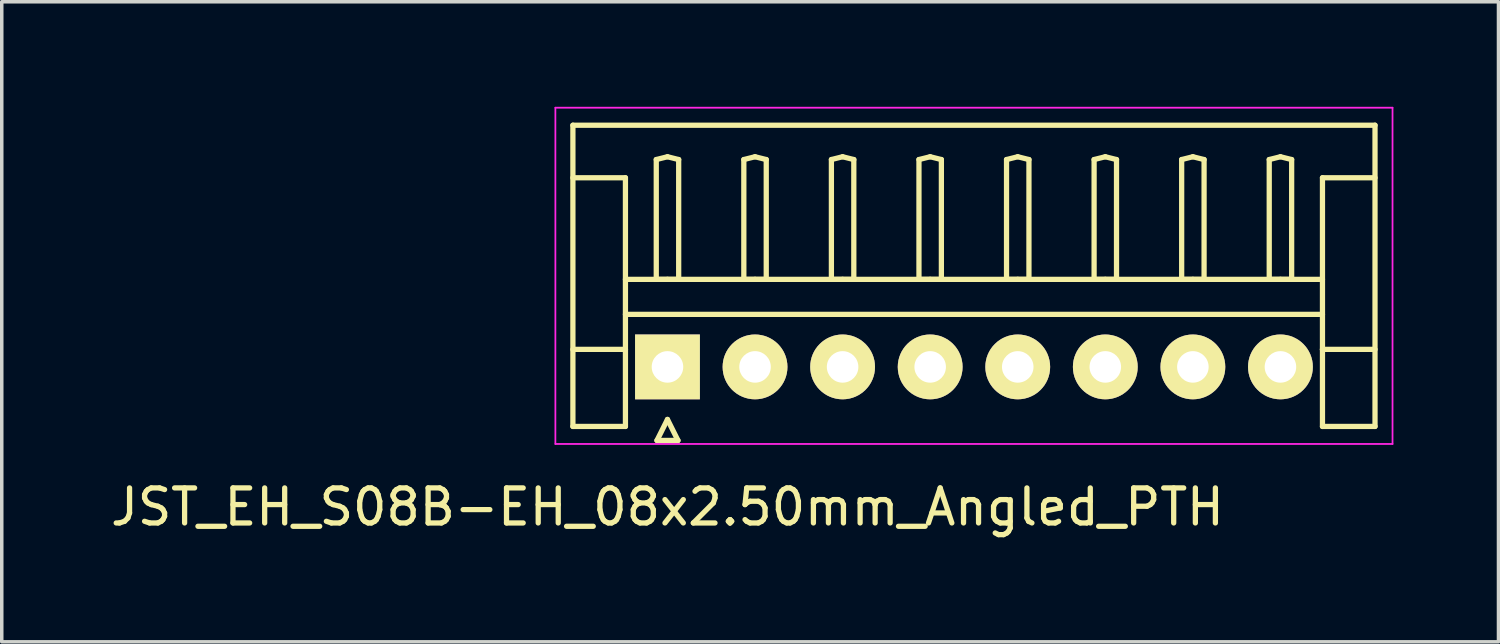
<source format=kicad_pcb>
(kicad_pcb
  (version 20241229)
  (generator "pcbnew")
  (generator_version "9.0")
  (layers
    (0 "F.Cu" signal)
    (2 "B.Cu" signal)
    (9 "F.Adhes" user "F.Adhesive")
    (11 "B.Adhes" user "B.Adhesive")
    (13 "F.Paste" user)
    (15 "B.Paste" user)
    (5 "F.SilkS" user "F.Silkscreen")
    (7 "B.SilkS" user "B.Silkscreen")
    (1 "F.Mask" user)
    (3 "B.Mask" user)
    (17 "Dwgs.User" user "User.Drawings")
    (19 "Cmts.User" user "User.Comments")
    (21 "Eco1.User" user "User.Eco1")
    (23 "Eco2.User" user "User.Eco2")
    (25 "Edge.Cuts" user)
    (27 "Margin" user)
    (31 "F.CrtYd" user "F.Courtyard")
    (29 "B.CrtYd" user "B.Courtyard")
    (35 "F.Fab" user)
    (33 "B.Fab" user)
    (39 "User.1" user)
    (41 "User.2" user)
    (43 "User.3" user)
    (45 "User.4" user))
  (footprint "JST_EH_S08B-EH_08x2.50mm_Angled_PTH"
    (layer "F.Cu")
    (at 16.006 7.425)
    (property "Reference" "JST_EH_S08B-EH_08x2.50mm_Angled_PTH" (at 0 4 0) (layer "F.SilkS") (effects (font (size 1 1) (thickness 0.15))))
    (attr through_hole)
    (fp_line (start -2.7 -6.9) (end 20.2 -6.9) (stroke (width 0.15) (type solid)) (layer "F.SilkS"))
    (fp_line (start -2.7 -5.4) (end -1.2 -5.4) (stroke (width 0.15) (type solid)) (layer "F.SilkS"))
    (fp_line (start -2.7 1.7) (end -2.7 -6.9) (stroke (width 0.15) (type solid)) (layer "F.SilkS"))
    (fp_line (start -1.2 -5.4) (end -1.2 -0.5) (stroke (width 0.15) (type solid)) (layer "F.SilkS"))
    (fp_line (start -1.2 -2.5) (end 18.7 -2.5) (stroke (width 0.15) (type solid)) (layer "F.SilkS"))
    (fp_line (start -1.2 -1.5) (end 18.7 -1.5) (stroke (width 0.15) (type solid)) (layer "F.SilkS"))
    (fp_line (start -1.2 -0.5) (end -2.7 -0.5) (stroke (width 0.15) (type solid)) (layer "F.SilkS"))
    (fp_line (start -1.2 -0.5) (end -1.2 1.7) (stroke (width 0.15) (type solid)) (layer "F.SilkS"))
    (fp_line (start -1.2 1.7) (end -2.7 1.7) (stroke (width 0.15) (type solid)) (layer "F.SilkS"))
    (fp_line (start -0.32 -5.92) (end 0 -6) (stroke (width 0.15) (type solid)) (layer "F.SilkS"))
    (fp_line (start -0.32 -2.5) (end -0.32 -5.92) (stroke (width 0.15) (type solid)) (layer "F.SilkS"))
    (fp_line (start -0.3 2.1) (end 0.3 2.1) (stroke (width 0.15) (type solid)) (layer "F.SilkS"))
    (fp_line (start 0 -6) (end 0.32 -5.92) (stroke (width 0.15) (type solid)) (layer "F.SilkS"))
    (fp_line (start 0 -2.5) (end -0.32 -2.5) (stroke (width 0.15) (type solid)) (layer "F.SilkS"))
    (fp_line (start 0 1.5) (end -0.3 2.1) (stroke (width 0.15) (type solid)) (layer "F.SilkS"))
    (fp_line (start 0.3 2.1) (end 0 1.5) (stroke (width 0.15) (type solid)) (layer "F.SilkS"))
    (fp_line (start 0.32 -5.92) (end 0.32 -2.5) (stroke (width 0.15) (type solid)) (layer "F.SilkS"))
    (fp_line (start 0.32 -2.5) (end 0 -2.5) (stroke (width 0.15) (type solid)) (layer "F.SilkS"))
    (fp_line (start 2.18 -5.92) (end 2.5 -6) (stroke (width 0.15) (type solid)) (layer "F.SilkS"))
    (fp_line (start 2.18 -2.5) (end 2.18 -5.92) (stroke (width 0.15) (type solid)) (layer "F.SilkS"))
    (fp_line (start 2.5 -6) (end 2.82 -5.92) (stroke (width 0.15) (type solid)) (layer "F.SilkS"))
    (fp_line (start 2.5 -2.5) (end 2.18 -2.5) (stroke (width 0.15) (type solid)) (layer "F.SilkS"))
    (fp_line (start 2.82 -5.92) (end 2.82 -2.5) (stroke (width 0.15) (type solid)) (layer "F.SilkS"))
    (fp_line (start 2.82 -2.5) (end 2.5 -2.5) (stroke (width 0.15) (type solid)) (layer "F.SilkS"))
    (fp_line (start 4.68 -5.92) (end 5 -6) (stroke (width 0.15) (type solid)) (layer "F.SilkS"))
    (fp_line (start 4.68 -2.5) (end 4.68 -5.92) (stroke (width 0.15) (type solid)) (layer "F.SilkS"))
    (fp_line (start 5 -6) (end 5.32 -5.92) (stroke (width 0.15) (type solid)) (layer "F.SilkS"))
    (fp_line (start 5 -2.5) (end 4.68 -2.5) (stroke (width 0.15) (type solid)) (layer "F.SilkS"))
    (fp_line (start 5.32 -5.92) (end 5.32 -2.5) (stroke (width 0.15) (type solid)) (layer "F.SilkS"))
    (fp_line (start 5.32 -2.5) (end 5 -2.5) (stroke (width 0.15) (type solid)) (layer "F.SilkS"))
    (fp_line (start 7.18 -5.92) (end 7.5 -6) (stroke (width 0.15) (type solid)) (layer "F.SilkS"))
    (fp_line (start 7.18 -2.5) (end 7.18 -5.92) (stroke (width 0.15) (type solid)) (layer "F.SilkS"))
    (fp_line (start 7.5 -6) (end 7.82 -5.92) (stroke (width 0.15) (type solid)) (layer "F.SilkS"))
    (fp_line (start 7.5 -2.5) (end 7.18 -2.5) (stroke (width 0.15) (type solid)) (layer "F.SilkS"))
    (fp_line (start 7.82 -5.92) (end 7.82 -2.5) (stroke (width 0.15) (type solid)) (layer "F.SilkS"))
    (fp_line (start 7.82 -2.5) (end 7.5 -2.5) (stroke (width 0.15) (type solid)) (layer "F.SilkS"))
    (fp_line (start 9.68 -5.92) (end 10 -6) (stroke (width 0.15) (type solid)) (layer "F.SilkS"))
    (fp_line (start 9.68 -2.5) (end 9.68 -5.92) (stroke (width 0.15) (type solid)) (layer "F.SilkS"))
    (fp_line (start 10 -6) (end 10.32 -5.92) (stroke (width 0.15) (type solid)) (layer "F.SilkS"))
    (fp_line (start 10 -2.5) (end 9.68 -2.5) (stroke (width 0.15) (type solid)) (layer "F.SilkS"))
    (fp_line (start 10.32 -5.92) (end 10.32 -2.5) (stroke (width 0.15) (type solid)) (layer "F.SilkS"))
    (fp_line (start 10.32 -2.5) (end 10 -2.5) (stroke (width 0.15) (type solid)) (layer "F.SilkS"))
    (fp_line (start 12.18 -5.92) (end 12.5 -6) (stroke (width 0.15) (type solid)) (layer "F.SilkS"))
    (fp_line (start 12.18 -2.5) (end 12.18 -5.92) (stroke (width 0.15) (type solid)) (layer "F.SilkS"))
    (fp_line (start 12.5 -6) (end 12.82 -5.92) (stroke (width 0.15) (type solid)) (layer "F.SilkS"))
    (fp_line (start 12.5 -2.5) (end 12.18 -2.5) (stroke (width 0.15) (type solid)) (layer "F.SilkS"))
    (fp_line (start 12.82 -5.92) (end 12.82 -2.5) (stroke (width 0.15) (type solid)) (layer "F.SilkS"))
    (fp_line (start 12.82 -2.5) (end 12.5 -2.5) (stroke (width 0.15) (type solid)) (layer "F.SilkS"))
    (fp_line (start 14.68 -5.92) (end 15 -6) (stroke (width 0.15) (type solid)) (layer "F.SilkS"))
    (fp_line (start 14.68 -2.5) (end 14.68 -5.92) (stroke (width 0.15) (type solid)) (layer "F.SilkS"))
    (fp_line (start 15 -6) (end 15.32 -5.92) (stroke (width 0.15) (type solid)) (layer "F.SilkS"))
    (fp_line (start 15 -2.5) (end 14.68 -2.5) (stroke (width 0.15) (type solid)) (layer "F.SilkS"))
    (fp_line (start 15.32 -5.92) (end 15.32 -2.5) (stroke (width 0.15) (type solid)) (layer "F.SilkS"))
    (fp_line (start 15.32 -2.5) (end 15 -2.5) (stroke (width 0.15) (type solid)) (layer "F.SilkS"))
    (fp_line (start 17.18 -5.92) (end 17.5 -6) (stroke (width 0.15) (type solid)) (layer "F.SilkS"))
    (fp_line (start 17.18 -2.5) (end 17.18 -5.92) (stroke (width 0.15) (type solid)) (layer "F.SilkS"))
    (fp_line (start 17.5 -6) (end 17.82 -5.92) (stroke (width 0.15) (type solid)) (layer "F.SilkS"))
    (fp_line (start 17.5 -2.5) (end 17.18 -2.5) (stroke (width 0.15) (type solid)) (layer "F.SilkS"))
    (fp_line (start 17.82 -5.92) (end 17.82 -2.5) (stroke (width 0.15) (type solid)) (layer "F.SilkS"))
    (fp_line (start 17.82 -2.5) (end 17.5 -2.5) (stroke (width 0.15) (type solid)) (layer "F.SilkS"))
    (fp_line (start 18.7 -5.4) (end 18.7 -0.5) (stroke (width 0.15) (type solid)) (layer "F.SilkS"))
    (fp_line (start 18.7 -0.5) (end 20.2 -0.5) (stroke (width 0.15) (type solid)) (layer "F.SilkS"))
    (fp_line (start 18.7 1.7) (end 18.7 -0.5) (stroke (width 0.15) (type solid)) (layer "F.SilkS"))
    (fp_line (start 20.2 -6.9) (end 20.2 1.7) (stroke (width 0.15) (type solid)) (layer "F.SilkS"))
    (fp_line (start 20.2 -5.4) (end 18.7 -5.4) (stroke (width 0.15) (type solid)) (layer "F.SilkS"))
    (fp_line (start 20.2 1.7) (end 18.7 1.7) (stroke (width 0.15) (type solid)) (layer "F.SilkS"))
    (fp_line (start -3.2 -7.4) (end -3.2 2.2) (stroke (width 0.05) (type solid)) (layer "F.CrtYd"))
    (fp_line (start -3.2 2.2) (end 20.7 2.2) (stroke (width 0.05) (type solid)) (layer "F.CrtYd"))
    (fp_line (start 20.7 -7.4) (end -3.2 -7.4) (stroke (width 0.05) (type solid)) (layer "F.CrtYd"))
    (fp_line (start 20.7 2.2) (end 20.7 -7.4) (stroke (width 0.05) (type solid)) (layer "F.CrtYd"))
    (pad "1" thru_hole rect (at 0 0) (size 1.85 1.85) (drill 0.9) (layers "*.Cu" "*.Mask" "F.SilkS"))
    (pad "2" thru_hole circle (at 2.5 0) (size 1.85 1.85) (drill 0.9) (layers "*.Cu" "*.Mask" "F.SilkS"))
    (pad "3" thru_hole circle (at 5 0) (size 1.85 1.85) (drill 0.9) (layers "*.Cu" "*.Mask" "F.SilkS"))
    (pad "4" thru_hole circle (at 7.5 0) (size 1.85 1.85) (drill 0.9) (layers "*.Cu" "*.Mask" "F.SilkS"))
    (pad "5" thru_hole circle (at 10 0) (size 1.85 1.85) (drill 0.9) (layers "*.Cu" "*.Mask" "F.SilkS"))
    (pad "6" thru_hole circle (at 12.5 0) (size 1.85 1.85) (drill 0.9) (layers "*.Cu" "*.Mask" "F.SilkS"))
    (pad "7" thru_hole circle (at 15 0) (size 1.85 1.85) (drill 0.9) (layers "*.Cu" "*.Mask" "F.SilkS"))
    (pad "8" thru_hole circle (at 17.5 0) (size 1.85 1.85) (drill 0.9) (layers "*.Cu" "*.Mask" "F.SilkS")))
  (gr_rect
    (start -3 -3)
    (end 39.731 15.273)
    (stroke (width 0.1) (type default))
    (fill no)
    (layer "Edge.Cuts")))
</source>
